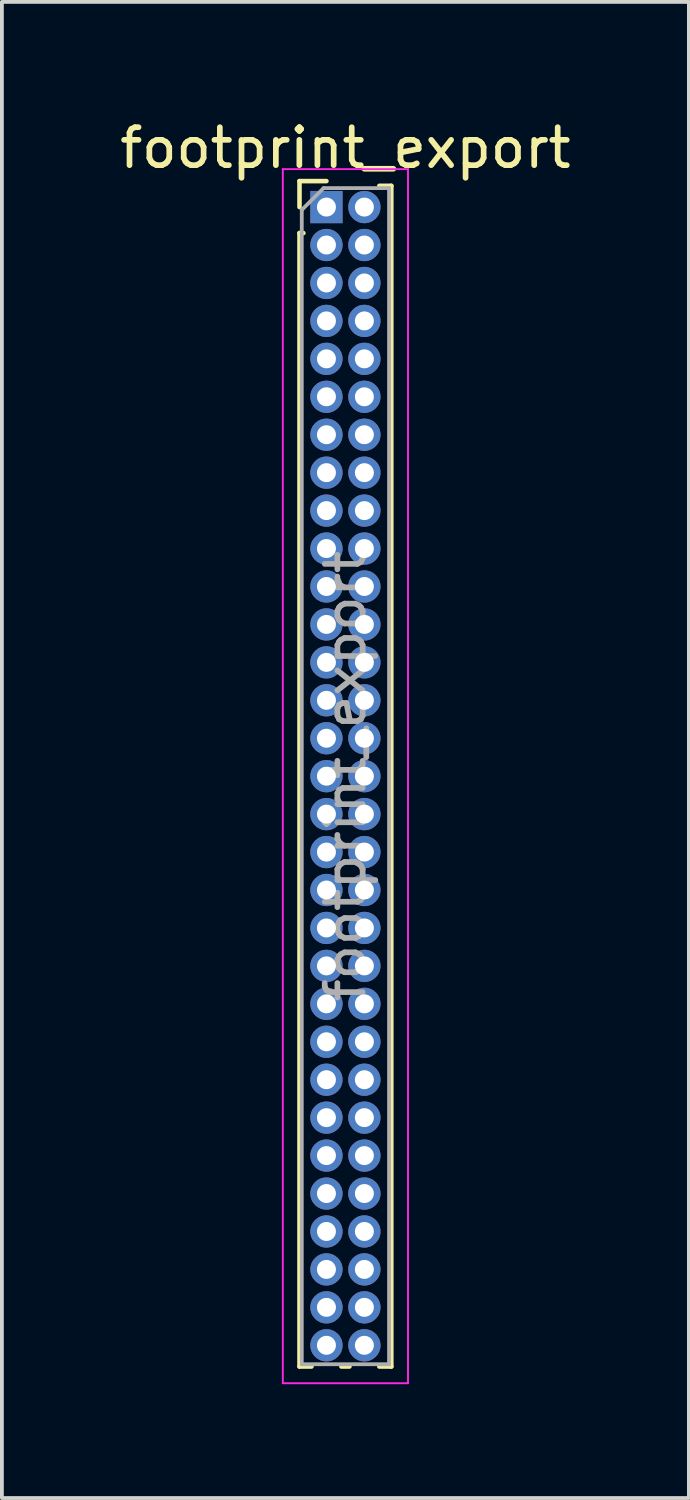
<source format=kicad_pcb>
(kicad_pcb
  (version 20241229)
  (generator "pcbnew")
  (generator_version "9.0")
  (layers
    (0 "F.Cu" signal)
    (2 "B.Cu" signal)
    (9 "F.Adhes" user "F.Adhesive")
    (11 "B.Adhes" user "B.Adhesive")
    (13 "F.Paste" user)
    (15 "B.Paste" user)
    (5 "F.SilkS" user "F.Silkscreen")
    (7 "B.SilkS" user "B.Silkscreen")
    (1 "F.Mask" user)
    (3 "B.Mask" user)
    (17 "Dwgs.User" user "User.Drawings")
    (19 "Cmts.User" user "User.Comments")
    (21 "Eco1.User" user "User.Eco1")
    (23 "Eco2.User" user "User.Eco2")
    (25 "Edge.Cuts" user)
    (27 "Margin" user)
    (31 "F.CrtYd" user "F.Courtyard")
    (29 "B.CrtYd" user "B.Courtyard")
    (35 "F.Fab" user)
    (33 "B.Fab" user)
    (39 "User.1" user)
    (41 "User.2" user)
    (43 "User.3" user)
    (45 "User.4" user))
  (footprint "footprint_export"
    (layer "F.Cu")
    (at 5.554 2.408)
    (property "Reference" "footprint_export" (at 0.5 -1.56 0) (layer "F.SilkS") (effects (font (size 1 1) (thickness 0.15))))
    (attr through_hole)
    (fp_line (start -0.71 -0.685) (end 0 -0.685) (stroke (width 0.12) (type solid)) (layer "F.SilkS"))
    (fp_line (start -0.71 0) (end -0.71 -0.685) (stroke (width 0.12) (type solid)) (layer "F.SilkS"))
    (fp_line (start -0.71 0.685) (end -0.71 30.56) (stroke (width 0.12) (type solid)) (layer "F.SilkS"))
    (fp_line (start -0.71 0.685) (end -0.608 0.685) (stroke (width 0.12) (type solid)) (layer "F.SilkS"))
    (fp_line (start -0.71 30.56) (end -0.394 30.56) (stroke (width 0.12) (type solid)) (layer "F.SilkS"))
    (fp_line (start 0.394 30.56) (end 0.606 30.56) (stroke (width 0.12) (type solid)) (layer "F.SilkS"))
    (fp_line (start 1.394 -0.56) (end 1.71 -0.56) (stroke (width 0.12) (type solid)) (layer "F.SilkS"))
    (fp_line (start 1.394 30.56) (end 1.71 30.56) (stroke (width 0.12) (type solid)) (layer "F.SilkS"))
    (fp_line (start 1.71 -0.56) (end 1.71 30.56) (stroke (width 0.12) (type solid)) (layer "F.SilkS"))
    (fp_line (start -1.15 -1) (end -1.15 31) (stroke (width 0.05) (type solid)) (layer "F.CrtYd"))
    (fp_line (start -1.15 31) (end 2.15 31) (stroke (width 0.05) (type solid)) (layer "F.CrtYd"))
    (fp_line (start 2.15 -1) (end -1.15 -1) (stroke (width 0.05) (type solid)) (layer "F.CrtYd"))
    (fp_line (start 2.15 31) (end 2.15 -1) (stroke (width 0.05) (type solid)) (layer "F.CrtYd"))
    (fp_line (start -0.65 0.075) (end -0.075 -0.5) (stroke (width 0.1) (type solid)) (layer "F.Fab"))
    (fp_line (start -0.65 30.5) (end -0.65 0.075) (stroke (width 0.1) (type solid)) (layer "F.Fab"))
    (fp_line (start -0.075 -0.5) (end 1.65 -0.5) (stroke (width 0.1) (type solid)) (layer "F.Fab"))
    (fp_line (start 1.65 -0.5) (end 1.65 30.5) (stroke (width 0.1) (type solid)) (layer "F.Fab"))
    (fp_line (start 1.65 30.5) (end -0.65 30.5) (stroke (width 0.1) (type solid)) (layer "F.Fab"))
    (fp_text user "${REFERENCE}" (at 0.5 15 90) (layer "F.Fab") (effects (font (size 1 1) (thickness 0.15))))
    (pad "1" thru_hole rect (at 0 0) (size 0.85 0.85) (drill 0.5) (layers "*.Cu" "*.Mask"))
    (pad "2" thru_hole oval (at 1 0) (size 0.85 0.85) (drill 0.5) (layers "*.Cu" "*.Mask"))
    (pad "3" thru_hole oval (at 0 1) (size 0.85 0.85) (drill 0.5) (layers "*.Cu" "*.Mask"))
    (pad "4" thru_hole oval (at 1 1) (size 0.85 0.85) (drill 0.5) (layers "*.Cu" "*.Mask"))
    (pad "5" thru_hole oval (at 0 2) (size 0.85 0.85) (drill 0.5) (layers "*.Cu" "*.Mask"))
    (pad "6" thru_hole oval (at 1 2) (size 0.85 0.85) (drill 0.5) (layers "*.Cu" "*.Mask"))
    (pad "7" thru_hole oval (at 0 3) (size 0.85 0.85) (drill 0.5) (layers "*.Cu" "*.Mask"))
    (pad "8" thru_hole oval (at 1 3) (size 0.85 0.85) (drill 0.5) (layers "*.Cu" "*.Mask"))
    (pad "9" thru_hole oval (at 0 4) (size 0.85 0.85) (drill 0.5) (layers "*.Cu" "*.Mask"))
    (pad "10" thru_hole oval (at 1 4) (size 0.85 0.85) (drill 0.5) (layers "*.Cu" "*.Mask"))
    (pad "11" thru_hole oval (at 0 5) (size 0.85 0.85) (drill 0.5) (layers "*.Cu" "*.Mask"))
    (pad "12" thru_hole oval (at 1 5) (size 0.85 0.85) (drill 0.5) (layers "*.Cu" "*.Mask"))
    (pad "13" thru_hole oval (at 0 6) (size 0.85 0.85) (drill 0.5) (layers "*.Cu" "*.Mask"))
    (pad "14" thru_hole oval (at 1 6) (size 0.85 0.85) (drill 0.5) (layers "*.Cu" "*.Mask"))
    (pad "15" thru_hole oval (at 0 7) (size 0.85 0.85) (drill 0.5) (layers "*.Cu" "*.Mask"))
    (pad "16" thru_hole oval (at 1 7) (size 0.85 0.85) (drill 0.5) (layers "*.Cu" "*.Mask"))
    (pad "17" thru_hole oval (at 0 8) (size 0.85 0.85) (drill 0.5) (layers "*.Cu" "*.Mask"))
    (pad "18" thru_hole oval (at 1 8) (size 0.85 0.85) (drill 0.5) (layers "*.Cu" "*.Mask"))
    (pad "19" thru_hole oval (at 0 9) (size 0.85 0.85) (drill 0.5) (layers "*.Cu" "*.Mask"))
    (pad "20" thru_hole oval (at 1 9) (size 0.85 0.85) (drill 0.5) (layers "*.Cu" "*.Mask"))
    (pad "21" thru_hole oval (at 0 10) (size 0.85 0.85) (drill 0.5) (layers "*.Cu" "*.Mask"))
    (pad "22" thru_hole oval (at 1 10) (size 0.85 0.85) (drill 0.5) (layers "*.Cu" "*.Mask"))
    (pad "23" thru_hole oval (at 0 11) (size 0.85 0.85) (drill 0.5) (layers "*.Cu" "*.Mask"))
    (pad "24" thru_hole oval (at 1 11) (size 0.85 0.85) (drill 0.5) (layers "*.Cu" "*.Mask"))
    (pad "25" thru_hole oval (at 0 12) (size 0.85 0.85) (drill 0.5) (layers "*.Cu" "*.Mask"))
    (pad "26" thru_hole oval (at 1 12) (size 0.85 0.85) (drill 0.5) (layers "*.Cu" "*.Mask"))
    (pad "27" thru_hole oval (at 0 13) (size 0.85 0.85) (drill 0.5) (layers "*.Cu" "*.Mask"))
    (pad "28" thru_hole oval (at 1 13) (size 0.85 0.85) (drill 0.5) (layers "*.Cu" "*.Mask"))
    (pad "29" thru_hole oval (at 0 14) (size 0.85 0.85) (drill 0.5) (layers "*.Cu" "*.Mask"))
    (pad "30" thru_hole oval (at 1 14) (size 0.85 0.85) (drill 0.5) (layers "*.Cu" "*.Mask"))
    (pad "31" thru_hole oval (at 0 15) (size 0.85 0.85) (drill 0.5) (layers "*.Cu" "*.Mask"))
    (pad "32" thru_hole oval (at 1 15) (size 0.85 0.85) (drill 0.5) (layers "*.Cu" "*.Mask"))
    (pad "33" thru_hole oval (at 0 16) (size 0.85 0.85) (drill 0.5) (layers "*.Cu" "*.Mask"))
    (pad "34" thru_hole oval (at 1 16) (size 0.85 0.85) (drill 0.5) (layers "*.Cu" "*.Mask"))
    (pad "35" thru_hole oval (at 0 17) (size 0.85 0.85) (drill 0.5) (layers "*.Cu" "*.Mask"))
    (pad "36" thru_hole oval (at 1 17) (size 0.85 0.85) (drill 0.5) (layers "*.Cu" "*.Mask"))
    (pad "37" thru_hole oval (at 0 18) (size 0.85 0.85) (drill 0.5) (layers "*.Cu" "*.Mask"))
    (pad "38" thru_hole oval (at 1 18) (size 0.85 0.85) (drill 0.5) (layers "*.Cu" "*.Mask"))
    (pad "39" thru_hole oval (at 0 19) (size 0.85 0.85) (drill 0.5) (layers "*.Cu" "*.Mask"))
    (pad "40" thru_hole oval (at 1 19) (size 0.85 0.85) (drill 0.5) (layers "*.Cu" "*.Mask"))
    (pad "41" thru_hole oval (at 0 20) (size 0.85 0.85) (drill 0.5) (layers "*.Cu" "*.Mask"))
    (pad "42" thru_hole oval (at 1 20) (size 0.85 0.85) (drill 0.5) (layers "*.Cu" "*.Mask"))
    (pad "43" thru_hole oval (at 0 21) (size 0.85 0.85) (drill 0.5) (layers "*.Cu" "*.Mask"))
    (pad "44" thru_hole oval (at 1 21) (size 0.85 0.85) (drill 0.5) (layers "*.Cu" "*.Mask"))
    (pad "45" thru_hole oval (at 0 22) (size 0.85 0.85) (drill 0.5) (layers "*.Cu" "*.Mask"))
    (pad "46" thru_hole oval (at 1 22) (size 0.85 0.85) (drill 0.5) (layers "*.Cu" "*.Mask"))
    (pad "47" thru_hole oval (at 0 23) (size 0.85 0.85) (drill 0.5) (layers "*.Cu" "*.Mask"))
    (pad "48" thru_hole oval (at 1 23) (size 0.85 0.85) (drill 0.5) (layers "*.Cu" "*.Mask"))
    (pad "49" thru_hole oval (at 0 24) (size 0.85 0.85) (drill 0.5) (layers "*.Cu" "*.Mask"))
    (pad "50" thru_hole oval (at 1 24) (size 0.85 0.85) (drill 0.5) (layers "*.Cu" "*.Mask"))
    (pad "51" thru_hole oval (at 0 25) (size 0.85 0.85) (drill 0.5) (layers "*.Cu" "*.Mask"))
    (pad "52" thru_hole oval (at 1 25) (size 0.85 0.85) (drill 0.5) (layers "*.Cu" "*.Mask"))
    (pad "53" thru_hole oval (at 0 26) (size 0.85 0.85) (drill 0.5) (layers "*.Cu" "*.Mask"))
    (pad "54" thru_hole oval (at 1 26) (size 0.85 0.85) (drill 0.5) (layers "*.Cu" "*.Mask"))
    (pad "55" thru_hole oval (at 0 27) (size 0.85 0.85) (drill 0.5) (layers "*.Cu" "*.Mask"))
    (pad "56" thru_hole oval (at 1 27) (size 0.85 0.85) (drill 0.5) (layers "*.Cu" "*.Mask"))
    (pad "57" thru_hole oval (at 0 28) (size 0.85 0.85) (drill 0.5) (layers "*.Cu" "*.Mask"))
    (pad "58" thru_hole oval (at 1 28) (size 0.85 0.85) (drill 0.5) (layers "*.Cu" "*.Mask"))
    (pad "59" thru_hole oval (at 0 29) (size 0.85 0.85) (drill 0.5) (layers "*.Cu" "*.Mask"))
    (pad "60" thru_hole oval (at 1 29) (size 0.85 0.85) (drill 0.5) (layers "*.Cu" "*.Mask"))
    (pad "61" thru_hole oval (at 0 30) (size 0.85 0.85) (drill 0.5) (layers "*.Cu" "*.Mask"))
    (pad "62" thru_hole oval (at 1 30) (size 0.85 0.85) (drill 0.5) (layers "*.Cu" "*.Mask")))
  (gr_rect
    (start -3 -3)
    (end 15.107 36.433)
    (stroke (width 0.1) (type default))
    (fill no)
    (layer "Edge.Cuts")))
</source>
